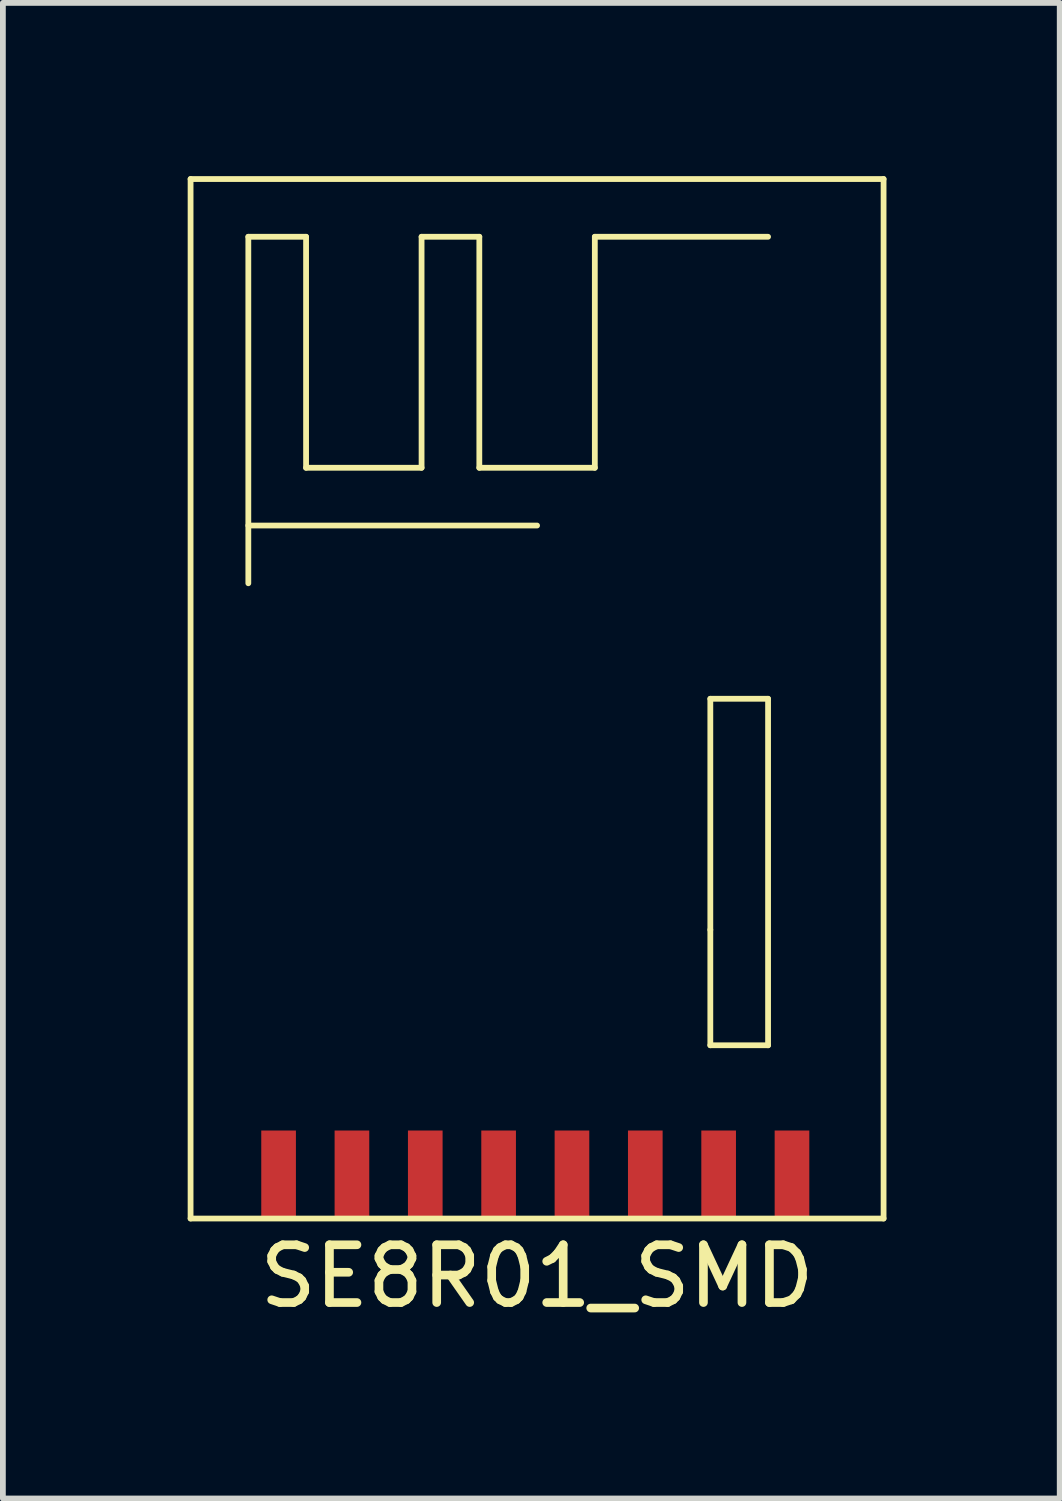
<source format=kicad_pcb>
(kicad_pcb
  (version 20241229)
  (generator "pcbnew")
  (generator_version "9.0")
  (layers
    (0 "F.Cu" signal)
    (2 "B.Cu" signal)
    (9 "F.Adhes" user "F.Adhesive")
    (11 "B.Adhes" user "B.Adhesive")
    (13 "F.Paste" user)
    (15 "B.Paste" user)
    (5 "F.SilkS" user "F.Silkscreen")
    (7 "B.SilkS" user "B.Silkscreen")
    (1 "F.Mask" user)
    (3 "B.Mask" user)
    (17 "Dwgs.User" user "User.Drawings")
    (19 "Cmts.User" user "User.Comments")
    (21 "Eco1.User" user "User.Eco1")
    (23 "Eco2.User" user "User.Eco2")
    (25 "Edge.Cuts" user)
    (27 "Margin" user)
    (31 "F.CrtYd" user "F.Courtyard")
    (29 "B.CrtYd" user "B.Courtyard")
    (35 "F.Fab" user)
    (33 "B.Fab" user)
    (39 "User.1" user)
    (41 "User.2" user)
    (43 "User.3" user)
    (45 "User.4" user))
  (footprint "SE8R01_SMD"
    (layer "F.Cu")
    (at 0.25 18.05)
    (property "Reference" "SE8R01_SMD" (at 6 1 0) (layer "F.SilkS") (effects (font (size 1 1) (thickness 0.15))))
    (attr through_hole)
    (fp_line (start 0 -18) (end 0 0) (stroke (width 0.1) (type solid)) (layer "F.SilkS"))
    (fp_line (start 0 0) (end 12 0) (stroke (width 0.1) (type solid)) (layer "F.SilkS"))
    (fp_line (start 1 -17) (end 2 -17) (stroke (width 0.1) (type solid)) (layer "F.SilkS"))
    (fp_line (start 1 -12) (end 6 -12) (stroke (width 0.1) (type solid)) (layer "F.SilkS"))
    (fp_line (start 1 -11) (end 1 -17) (stroke (width 0.1) (type solid)) (layer "F.SilkS"))
    (fp_line (start 2 -17) (end 2 -13) (stroke (width 0.1) (type solid)) (layer "F.SilkS"))
    (fp_line (start 2 -13) (end 4 -13) (stroke (width 0.1) (type solid)) (layer "F.SilkS"))
    (fp_line (start 4 -17) (end 5 -17) (stroke (width 0.1) (type solid)) (layer "F.SilkS"))
    (fp_line (start 4 -13) (end 4 -17) (stroke (width 0.1) (type solid)) (layer "F.SilkS"))
    (fp_line (start 5 -17) (end 5 -13) (stroke (width 0.1) (type solid)) (layer "F.SilkS"))
    (fp_line (start 5 -13) (end 7 -13) (stroke (width 0.1) (type solid)) (layer "F.SilkS"))
    (fp_line (start 7 -17) (end 10 -17) (stroke (width 0.1) (type solid)) (layer "F.SilkS"))
    (fp_line (start 7 -13) (end 7 -17) (stroke (width 0.1) (type solid)) (layer "F.SilkS"))
    (fp_line (start 9 -9) (end 10 -9) (stroke (width 0.1) (type solid)) (layer "F.SilkS"))
    (fp_line (start 9 -5) (end 9 -9) (stroke (width 0.1) (type solid)) (layer "F.SilkS"))
    (fp_line (start 9 -3) (end 9 -5) (stroke (width 0.1) (type solid)) (layer "F.SilkS"))
    (fp_line (start 10 -9) (end 10 -3) (stroke (width 0.1) (type solid)) (layer "F.SilkS"))
    (fp_line (start 10 -3) (end 9 -3) (stroke (width 0.1) (type solid)) (layer "F.SilkS"))
    (fp_line (start 12 -18) (end 0 -18) (stroke (width 0.1) (type solid)) (layer "F.SilkS"))
    (fp_line (start 12 0) (end 12 -18) (stroke (width 0.1) (type solid)) (layer "F.SilkS"))
    (pad "1" smd rect (at 1.524 -0.762) (size 0.6 1.524) (layers "F.Cu" "F.Mask" "F.Paste"))
    (pad "2" smd rect (at 2.794 -0.762) (size 0.6 1.524) (layers "F.Cu" "F.Mask" "F.Paste"))
    (pad "3" smd rect (at 4.064 -0.762) (size 0.6 1.524) (layers "F.Cu" "F.Mask" "F.Paste"))
    (pad "4" smd rect (at 5.334 -0.762) (size 0.6 1.524) (layers "F.Cu" "F.Mask" "F.Paste"))
    (pad "5" smd rect (at 6.604 -0.762) (size 0.6 1.524) (layers "F.Cu" "F.Mask" "F.Paste"))
    (pad "6" smd rect (at 7.874 -0.762) (size 0.6 1.524) (layers "F.Cu" "F.Mask" "F.Paste"))
    (pad "7" smd rect (at 9.144 -0.762) (size 0.6 1.524) (layers "F.Cu" "F.Mask" "F.Paste"))
    (pad "8" smd rect (at 10.414 -0.762) (size 0.6 1.524) (layers "F.Cu" "F.Mask" "F.Paste")))
  (gr_rect
    (start -3 -3)
    (end 15.3 22.898)
    (stroke (width 0.1) (type default))
    (fill no)
    (layer "Edge.Cuts")))
</source>
